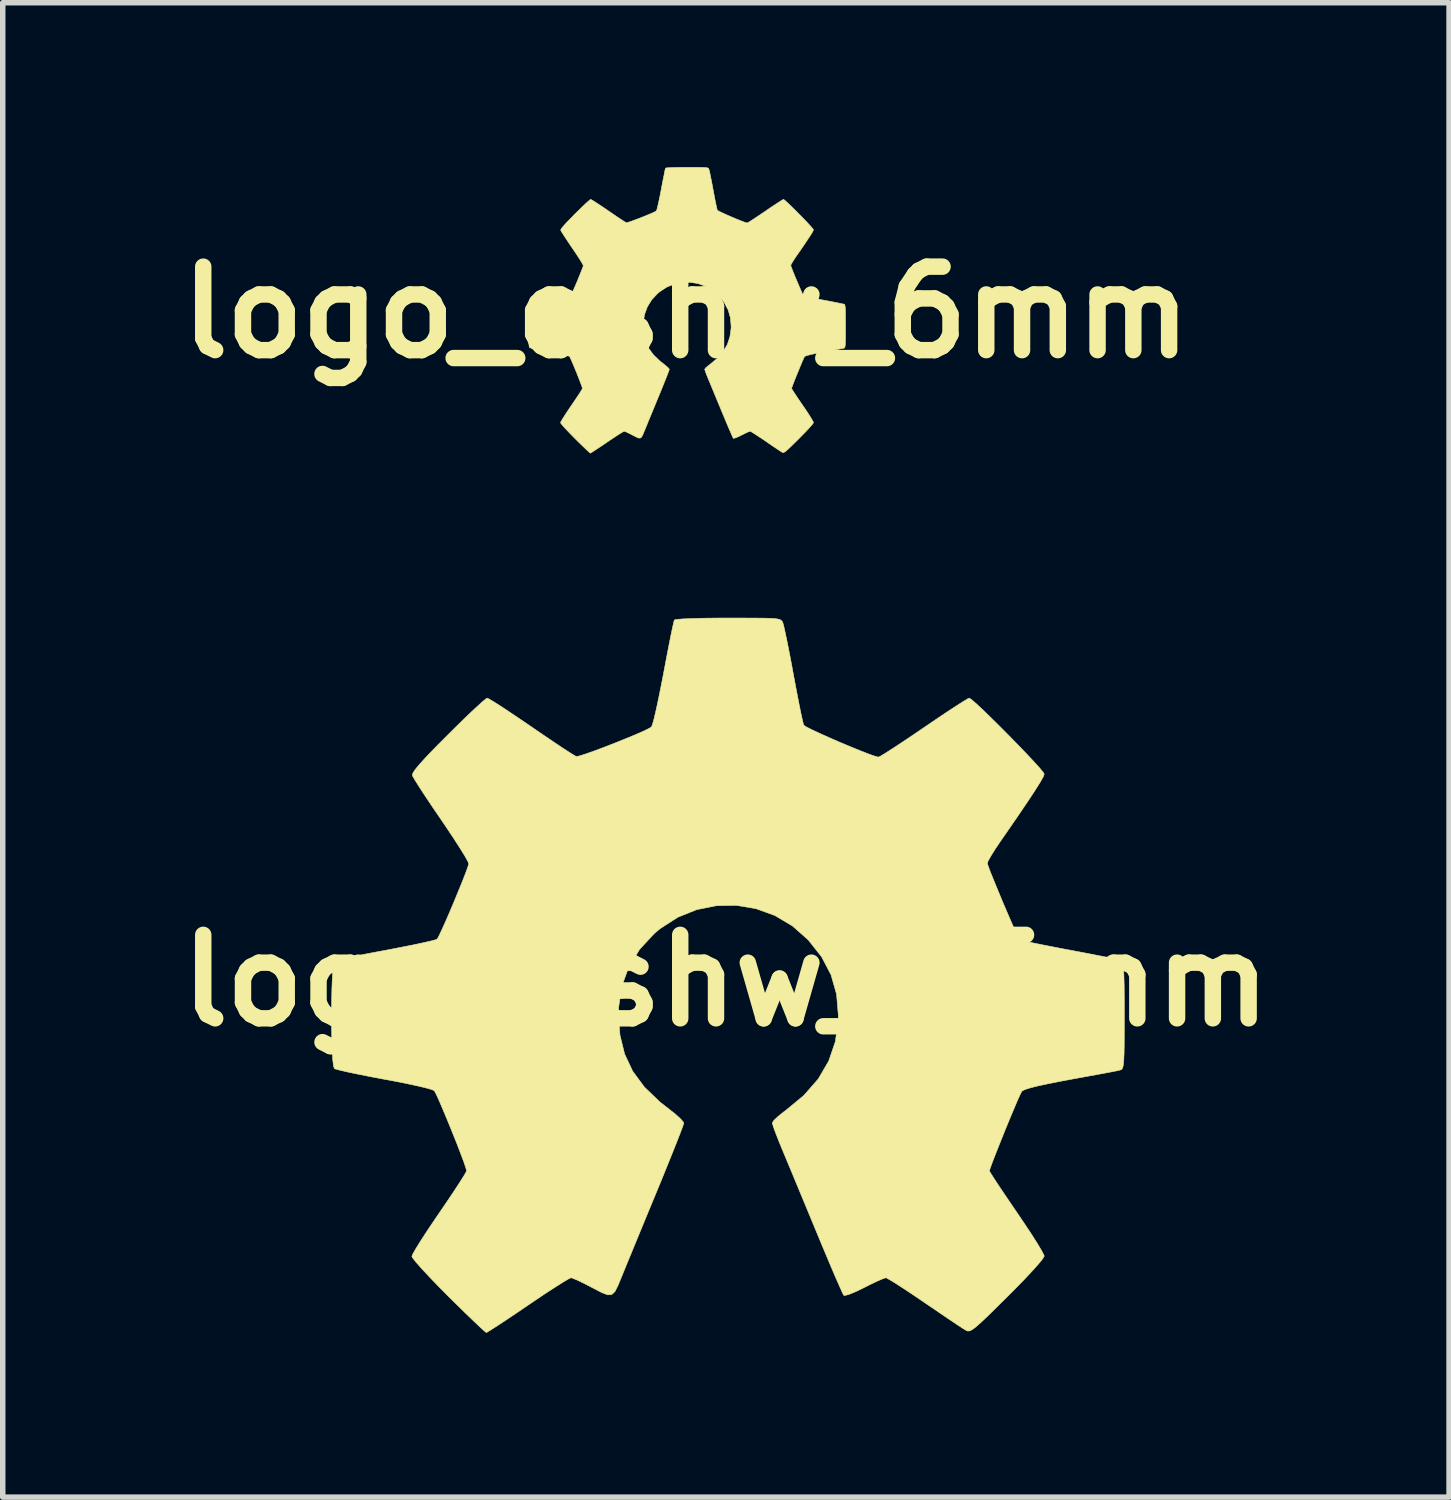
<source format=kicad_pcb>
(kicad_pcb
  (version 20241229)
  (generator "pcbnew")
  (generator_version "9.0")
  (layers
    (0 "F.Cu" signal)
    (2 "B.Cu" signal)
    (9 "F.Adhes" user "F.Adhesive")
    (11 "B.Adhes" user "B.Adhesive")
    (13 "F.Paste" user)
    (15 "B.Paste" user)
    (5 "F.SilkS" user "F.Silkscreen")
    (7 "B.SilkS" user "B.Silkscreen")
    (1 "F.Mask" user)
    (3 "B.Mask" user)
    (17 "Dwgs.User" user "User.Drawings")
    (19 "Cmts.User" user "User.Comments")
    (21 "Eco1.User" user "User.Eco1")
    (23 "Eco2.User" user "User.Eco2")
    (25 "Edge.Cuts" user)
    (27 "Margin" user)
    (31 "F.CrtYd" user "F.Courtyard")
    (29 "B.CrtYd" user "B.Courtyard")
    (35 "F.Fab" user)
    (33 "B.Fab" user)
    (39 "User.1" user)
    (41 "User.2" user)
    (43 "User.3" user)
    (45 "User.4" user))
  (footprint "logo_oshw_15mm"
    (layer "F.Cu")
    (at 10.204 14.853)
    (property "Reference" "logo_oshw_15mm" (at 0 0 0) (layer "F.SilkS") (effects (font (size 1.524 1.524) (thickness 0.3))))
    (attr through_hole)
    (fp_poly (pts (xy 0.338 -6.619) (xy 0.566 -6.618) (xy 0.736 -6.616) (xy 0.856 -6.611) (xy 0.937 -6.603) (xy 0.987 -6.59) (xy 1.015 -6.573) (xy 1.031 -6.551) (xy 1.039 -6.533) (xy 1.056 -6.471) (xy 1.084 -6.345) (xy 1.121 -6.168) (xy 1.164 -5.951) (xy 1.21 -5.707) (xy 1.233 -5.582) (xy 1.28 -5.331) (xy 1.324 -5.104) (xy 1.362 -4.912) (xy 1.394 -4.767) (xy 1.415 -4.68) (xy 1.422 -4.662) (xy 1.464 -4.633) (xy 1.564 -4.582) (xy 1.708 -4.515) (xy 1.882 -4.437) (xy 2.072 -4.354) (xy 2.265 -4.273) (xy 2.446 -4.199) (xy 2.602 -4.138) (xy 2.719 -4.097) (xy 2.783 -4.08) (xy 2.786 -4.08) (xy 2.828 -4.101) (xy 2.925 -4.16) (xy 3.066 -4.251) (xy 3.244 -4.368) (xy 3.448 -4.505) (xy 3.615 -4.619) (xy 3.833 -4.767) (xy 4.031 -4.9) (xy 4.201 -5.011) (xy 4.332 -5.095) (xy 4.416 -5.145) (xy 4.442 -5.157) (xy 4.484 -5.13) (xy 4.568 -5.057) (xy 4.688 -4.946) (xy 4.832 -4.806) (xy 4.993 -4.647) (xy 5.161 -4.478) (xy 5.327 -4.308) (xy 5.482 -4.147) (xy 5.617 -4.003) (xy 5.723 -3.886) (xy 5.791 -3.804) (xy 5.811 -3.77) (xy 5.794 -3.721) (xy 5.739 -3.624) (xy 5.647 -3.477) (xy 5.515 -3.277) (xy 5.342 -3.021) (xy 5.125 -2.706) (xy 5.018 -2.552) (xy 4.919 -2.405) (xy 4.839 -2.277) (xy 4.787 -2.183) (xy 4.772 -2.142) (xy 4.787 -2.093) (xy 4.826 -1.987) (xy 4.886 -1.839) (xy 4.959 -1.661) (xy 5.039 -1.468) (xy 5.122 -1.273) (xy 5.201 -1.09) (xy 5.27 -0.933) (xy 5.324 -0.815) (xy 5.357 -0.751) (xy 5.362 -0.744) (xy 5.404 -0.732) (xy 5.511 -0.707) (xy 5.672 -0.674) (xy 5.877 -0.633) (xy 6.114 -0.587) (xy 6.274 -0.557) (xy 6.529 -0.509) (xy 6.76 -0.464) (xy 6.956 -0.426) (xy 7.105 -0.396) (xy 7.197 -0.376) (xy 7.22 -0.369) (xy 7.237 -0.351) (xy 7.25 -0.303) (xy 7.26 -0.22) (xy 7.266 -0.091) (xy 7.271 0.09) (xy 7.273 0.332) (xy 7.274 0.631) (xy 7.273 0.932) (xy 7.272 1.165) (xy 7.269 1.339) (xy 7.263 1.462) (xy 7.255 1.545) (xy 7.243 1.594) (xy 7.227 1.62) (xy 7.206 1.631) (xy 7.14 1.647) (xy 7.018 1.671) (xy 6.864 1.7) (xy 6.793 1.713) (xy 6.418 1.781) (xy 6.112 1.838) (xy 5.871 1.886) (xy 5.686 1.926) (xy 5.553 1.96) (xy 5.464 1.988) (xy 5.413 2.013) (xy 5.4 2.026) (xy 5.374 2.076) (xy 5.325 2.184) (xy 5.261 2.335) (xy 5.185 2.516) (xy 5.104 2.712) (xy 5.024 2.912) (xy 4.949 3.1) (xy 4.885 3.263) (xy 4.838 3.389) (xy 4.813 3.462) (xy 4.81 3.474) (xy 4.831 3.513) (xy 4.89 3.606) (xy 4.98 3.744) (xy 5.096 3.916) (xy 5.231 4.115) (xy 5.311 4.232) (xy 5.454 4.444) (xy 5.582 4.637) (xy 5.687 4.803) (xy 5.763 4.931) (xy 5.805 5.011) (xy 5.811 5.031) (xy 5.784 5.079) (xy 5.708 5.173) (xy 5.589 5.306) (xy 5.434 5.471) (xy 5.248 5.661) (xy 5.141 5.768) (xy 4.932 5.975) (xy 4.77 6.134) (xy 4.648 6.249) (xy 4.559 6.327) (xy 4.495 6.375) (xy 4.449 6.396) (xy 4.415 6.399) (xy 4.385 6.387) (xy 4.385 6.387) (xy 4.328 6.352) (xy 4.218 6.28) (xy 4.067 6.179) (xy 3.886 6.056) (xy 3.685 5.919) (xy 3.633 5.884) (xy 3.432 5.747) (xy 3.251 5.627) (xy 3.1 5.529) (xy 2.988 5.461) (xy 2.927 5.428) (xy 2.92 5.426) (xy 2.867 5.443) (xy 2.763 5.488) (xy 2.625 5.554) (xy 2.529 5.603) (xy 2.374 5.678) (xy 2.25 5.729) (xy 2.172 5.75) (xy 2.152 5.747) (xy 2.129 5.704) (xy 2.082 5.599) (xy 2.012 5.441) (xy 1.925 5.238) (xy 1.825 5.001) (xy 1.715 4.738) (xy 1.673 4.636) (xy 1.55 4.339) (xy 1.426 4.04) (xy 1.307 3.754) (xy 1.2 3.495) (xy 1.109 3.278) (xy 1.042 3.116) (xy 1.037 3.105) (xy 0.965 2.929) (xy 0.905 2.776) (xy 0.864 2.662) (xy 0.847 2.601) (xy 0.847 2.599) (xy 0.876 2.553) (xy 0.954 2.479) (xy 1.064 2.391) (xy 1.087 2.375) (xy 1.423 2.097) (xy 1.686 1.796) (xy 1.877 1.469) (xy 1.998 1.114) (xy 2.05 0.729) (xy 2.052 0.635) (xy 2.02 0.25) (xy 1.919 -0.104) (xy 1.748 -0.432) (xy 1.503 -0.742) (xy 1.501 -0.744) (xy 1.213 -0.998) (xy 0.893 -1.188) (xy 0.548 -1.313) (xy 0.189 -1.373) (xy -0.174 -1.367) (xy -0.533 -1.295) (xy -0.877 -1.157) (xy -1.198 -0.951) (xy -1.307 -0.86) (xy -1.575 -0.571) (xy -1.773 -0.25) (xy -1.902 0.103) (xy -1.959 0.487) (xy -1.963 0.612) (xy -1.935 0.996) (xy -1.85 1.341) (xy -1.703 1.654) (xy -1.49 1.943) (xy -1.206 2.217) (xy -1.038 2.348) (xy -0.917 2.444) (xy -0.824 2.529) (xy -0.774 2.588) (xy -0.77 2.601) (xy -0.784 2.649) (xy -0.824 2.758) (xy -0.888 2.922) (xy -0.971 3.131) (xy -1.07 3.376) (xy -1.181 3.65) (xy -1.275 3.877) (xy -1.4 4.18) (xy -1.521 4.473) (xy -1.633 4.745) (xy -1.732 4.986) (xy -1.814 5.184) (xy -1.873 5.329) (xy -1.897 5.388) (xy -1.97 5.566) (xy -2.027 5.679) (xy -2.086 5.734) (xy -2.161 5.738) (xy -2.269 5.696) (xy -2.425 5.615) (xy -2.445 5.604) (xy -2.593 5.528) (xy -2.718 5.468) (xy -2.804 5.433) (xy -2.829 5.426) (xy -2.874 5.447) (xy -2.973 5.506) (xy -3.115 5.596) (xy -3.293 5.711) (xy -3.494 5.846) (xy -3.613 5.927) (xy -3.823 6.069) (xy -4.012 6.196) (xy -4.171 6.301) (xy -4.29 6.377) (xy -4.36 6.42) (xy -4.374 6.427) (xy -4.408 6.401) (xy -4.488 6.328) (xy -4.607 6.215) (xy -4.758 6.07) (xy -4.931 5.9) (xy -5.068 5.765) (xy -5.253 5.578) (xy -5.418 5.406) (xy -5.557 5.257) (xy -5.66 5.14) (xy -5.721 5.062) (xy -5.734 5.035) (xy -5.713 4.985) (xy -5.654 4.883) (xy -5.563 4.737) (xy -5.446 4.557) (xy -5.31 4.355) (xy -5.235 4.245) (xy -5.092 4.035) (xy -4.965 3.846) (xy -4.86 3.685) (xy -4.783 3.563) (xy -4.741 3.49) (xy -4.735 3.474) (xy -4.749 3.419) (xy -4.787 3.307) (xy -4.845 3.153) (xy -4.916 2.968) (xy -4.996 2.769) (xy -5.078 2.567) (xy -5.157 2.378) (xy -5.227 2.214) (xy -5.283 2.089) (xy -5.32 2.018) (xy -5.327 2.009) (xy -5.377 1.988) (xy -5.492 1.956) (xy -5.66 1.917) (xy -5.87 1.872) (xy -6.109 1.825) (xy -6.238 1.802) (xy -6.488 1.755) (xy -6.714 1.71) (xy -6.904 1.67) (xy -7.047 1.637) (xy -7.132 1.614) (xy -7.149 1.607) (xy -7.165 1.556) (xy -7.179 1.443) (xy -7.189 1.279) (xy -7.196 1.078) (xy -7.2 0.852) (xy -7.201 0.613) (xy -7.199 0.375) (xy -7.194 0.149) (xy -7.186 -0.05) (xy -7.175 -0.212) (xy -7.161 -0.322) (xy -7.144 -0.369) (xy -7.144 -0.369) (xy -7.092 -0.382) (xy -6.976 -0.406) (xy -6.807 -0.44) (xy -6.596 -0.481) (xy -6.354 -0.527) (xy -6.197 -0.556) (xy -5.944 -0.605) (xy -5.716 -0.65) (xy -5.524 -0.691) (xy -5.379 -0.724) (xy -5.293 -0.747) (xy -5.273 -0.756) (xy -5.244 -0.806) (xy -5.193 -0.914) (xy -5.125 -1.064) (xy -5.047 -1.243) (xy -4.965 -1.437) (xy -4.885 -1.632) (xy -4.811 -1.813) (xy -4.751 -1.966) (xy -4.711 -2.078) (xy -4.695 -2.134) (xy -4.695 -2.134) (xy -4.716 -2.184) (xy -4.775 -2.288) (xy -4.866 -2.434) (xy -4.982 -2.614) (xy -5.118 -2.818) (xy -5.2 -2.939) (xy -5.346 -3.152) (xy -5.476 -3.347) (xy -5.586 -3.515) (xy -5.668 -3.644) (xy -5.716 -3.726) (xy -5.725 -3.746) (xy -5.717 -3.785) (xy -5.674 -3.852) (xy -5.592 -3.951) (xy -5.467 -4.088) (xy -5.294 -4.268) (xy -5.076 -4.487) (xy -4.889 -4.672) (xy -4.719 -4.838) (xy -4.572 -4.976) (xy -4.458 -5.08) (xy -4.384 -5.142) (xy -4.359 -5.157) (xy -4.316 -5.136) (xy -4.218 -5.077) (xy -4.076 -4.986) (xy -3.899 -4.868) (xy -3.696 -4.731) (xy -3.551 -4.632) (xy -3.335 -4.484) (xy -3.138 -4.351) (xy -2.97 -4.239) (xy -2.839 -4.154) (xy -2.756 -4.103) (xy -2.732 -4.091) (xy -2.679 -4.1) (xy -2.571 -4.134) (xy -2.419 -4.187) (xy -2.24 -4.254) (xy -2.046 -4.329) (xy -1.852 -4.407) (xy -1.672 -4.481) (xy -1.52 -4.547) (xy -1.411 -4.6) (xy -1.359 -4.631) (xy -1.34 -4.68) (xy -1.309 -4.794) (xy -1.27 -4.962) (xy -1.225 -5.173) (xy -1.176 -5.416) (xy -1.138 -5.612) (xy -1.089 -5.872) (xy -1.044 -6.106) (xy -1.004 -6.306) (xy -0.972 -6.459) (xy -0.95 -6.555) (xy -0.941 -6.584) (xy -0.898 -6.594) (xy -0.786 -6.603) (xy -0.617 -6.61) (xy -0.399 -6.616) (xy -0.142 -6.619) (xy 0.042 -6.619) (xy 0.338 -6.619)) (stroke (width 0.01) (type solid)) (fill yes) (layer "F.SilkS")))
  (footprint "logo_oshw_6mm"
    (layer "F.Cu")
    (at 9.478 2.653)
    (property "Reference" "logo_oshw_6mm" (at 0 0 0) (layer "F.SilkS") (effects (font (size 1.524 1.524) (thickness 0.3))))
    (attr through_hole)
    (fp_poly (pts (xy 0.135 -2.648) (xy 0.226 -2.647) (xy 0.294 -2.646) (xy 0.343 -2.644) (xy 0.375 -2.641) (xy 0.395 -2.636) (xy 0.406 -2.629) (xy 0.412 -2.62) (xy 0.415 -2.613) (xy 0.422 -2.588) (xy 0.434 -2.538) (xy 0.448 -2.467) (xy 0.465 -2.381) (xy 0.484 -2.283) (xy 0.493 -2.233) (xy 0.512 -2.132) (xy 0.529 -2.042) (xy 0.545 -1.965) (xy 0.558 -1.907) (xy 0.566 -1.872) (xy 0.569 -1.865) (xy 0.586 -1.853) (xy 0.626 -1.833) (xy 0.683 -1.806) (xy 0.753 -1.775) (xy 0.829 -1.742) (xy 0.906 -1.709) (xy 0.978 -1.68) (xy 1.041 -1.655) (xy 1.088 -1.639) (xy 1.113 -1.632) (xy 1.114 -1.632) (xy 1.131 -1.64) (xy 1.17 -1.664) (xy 1.226 -1.7) (xy 1.297 -1.747) (xy 1.379 -1.802) (xy 1.446 -1.847) (xy 1.533 -1.907) (xy 1.613 -1.96) (xy 1.68 -2.004) (xy 1.733 -2.038) (xy 1.766 -2.058) (xy 1.777 -2.063) (xy 1.793 -2.052) (xy 1.827 -2.023) (xy 1.875 -1.978) (xy 1.933 -1.922) (xy 1.997 -1.859) (xy 2.064 -1.791) (xy 2.131 -1.723) (xy 2.193 -1.659) (xy 2.247 -1.601) (xy 2.289 -1.554) (xy 2.316 -1.522) (xy 2.324 -1.508) (xy 2.317 -1.489) (xy 2.296 -1.45) (xy 2.259 -1.391) (xy 2.206 -1.311) (xy 2.137 -1.208) (xy 2.05 -1.082) (xy 2.007 -1.021) (xy 1.968 -0.962) (xy 1.936 -0.911) (xy 1.915 -0.873) (xy 1.909 -0.857) (xy 1.915 -0.837) (xy 1.931 -0.795) (xy 1.954 -0.736) (xy 1.983 -0.664) (xy 2.016 -0.587) (xy 2.049 -0.509) (xy 2.08 -0.436) (xy 2.108 -0.373) (xy 2.13 -0.326) (xy 2.143 -0.3) (xy 2.145 -0.298) (xy 2.162 -0.293) (xy 2.204 -0.283) (xy 2.269 -0.27) (xy 2.351 -0.253) (xy 2.446 -0.235) (xy 2.51 -0.223) (xy 2.612 -0.204) (xy 2.704 -0.186) (xy 2.782 -0.17) (xy 2.842 -0.158) (xy 2.879 -0.15) (xy 2.888 -0.148) (xy 2.895 -0.14) (xy 2.9 -0.121) (xy 2.904 -0.088) (xy 2.907 -0.037) (xy 2.908 0.036) (xy 2.909 0.133) (xy 2.909 0.252) (xy 2.909 0.373) (xy 2.909 0.466) (xy 2.907 0.536) (xy 2.905 0.585) (xy 2.902 0.618) (xy 2.897 0.638) (xy 2.891 0.648) (xy 2.883 0.652) (xy 2.856 0.659) (xy 2.807 0.668) (xy 2.746 0.68) (xy 2.717 0.685) (xy 2.567 0.712) (xy 2.445 0.735) (xy 2.348 0.754) (xy 2.274 0.77) (xy 2.221 0.784) (xy 2.185 0.795) (xy 2.165 0.805) (xy 2.16 0.81) (xy 2.149 0.831) (xy 2.13 0.874) (xy 2.104 0.934) (xy 2.074 1.006) (xy 2.042 1.085) (xy 2.009 1.165) (xy 1.979 1.24) (xy 1.954 1.305) (xy 1.935 1.355) (xy 1.925 1.385) (xy 1.924 1.39) (xy 1.933 1.405) (xy 1.956 1.442) (xy 1.992 1.497) (xy 2.038 1.567) (xy 2.092 1.646) (xy 2.124 1.693) (xy 2.182 1.777) (xy 2.233 1.855) (xy 2.275 1.921) (xy 2.305 1.972) (xy 2.322 2.004) (xy 2.324 2.012) (xy 2.314 2.031) (xy 2.283 2.069) (xy 2.236 2.122) (xy 2.174 2.188) (xy 2.099 2.264) (xy 2.057 2.307) (xy 1.973 2.39) (xy 1.908 2.453) (xy 1.859 2.5) (xy 1.823 2.531) (xy 1.798 2.55) (xy 1.78 2.559) (xy 1.766 2.559) (xy 1.754 2.555) (xy 1.754 2.555) (xy 1.731 2.541) (xy 1.687 2.512) (xy 1.627 2.472) (xy 1.554 2.423) (xy 1.474 2.368) (xy 1.453 2.353) (xy 1.373 2.299) (xy 1.3 2.251) (xy 1.24 2.212) (xy 1.195 2.184) (xy 1.171 2.171) (xy 1.168 2.171) (xy 1.147 2.177) (xy 1.105 2.195) (xy 1.05 2.222) (xy 1.011 2.241) (xy 0.95 2.271) (xy 0.9 2.292) (xy 0.869 2.3) (xy 0.861 2.299) (xy 0.852 2.282) (xy 0.833 2.24) (xy 0.805 2.176) (xy 0.77 2.095) (xy 0.73 2) (xy 0.686 1.895) (xy 0.669 1.855) (xy 0.62 1.736) (xy 0.57 1.616) (xy 0.523 1.502) (xy 0.48 1.398) (xy 0.444 1.311) (xy 0.417 1.246) (xy 0.415 1.242) (xy 0.386 1.172) (xy 0.362 1.111) (xy 0.346 1.065) (xy 0.339 1.041) (xy 0.339 1.039) (xy 0.35 1.021) (xy 0.382 0.992) (xy 0.426 0.957) (xy 0.435 0.95) (xy 0.569 0.839) (xy 0.674 0.718) (xy 0.751 0.588) (xy 0.799 0.446) (xy 0.82 0.292) (xy 0.821 0.254) (xy 0.808 0.1) (xy 0.768 -0.041) (xy 0.699 -0.173) (xy 0.601 -0.297) (xy 0.6 -0.298) (xy 0.485 -0.399) (xy 0.357 -0.475) (xy 0.219 -0.525) (xy 0.076 -0.549) (xy -0.07 -0.547) (xy -0.213 -0.518) (xy -0.351 -0.463) (xy -0.479 -0.38) (xy -0.523 -0.344) (xy -0.63 -0.229) (xy -0.709 -0.1) (xy -0.761 0.041) (xy -0.784 0.195) (xy -0.785 0.245) (xy -0.774 0.398) (xy -0.74 0.536) (xy -0.681 0.662) (xy -0.596 0.777) (xy -0.482 0.887) (xy -0.415 0.939) (xy -0.367 0.978) (xy -0.33 1.011) (xy -0.31 1.035) (xy -0.308 1.041) (xy -0.314 1.06) (xy -0.33 1.103) (xy -0.355 1.169) (xy -0.388 1.252) (xy -0.428 1.35) (xy -0.472 1.46) (xy -0.51 1.551) (xy -0.56 1.672) (xy -0.608 1.789) (xy -0.653 1.898) (xy -0.693 1.994) (xy -0.725 2.074) (xy -0.749 2.132) (xy -0.759 2.155) (xy -0.788 2.226) (xy -0.811 2.272) (xy -0.834 2.294) (xy -0.865 2.295) (xy -0.908 2.278) (xy -0.97 2.246) (xy -0.978 2.242) (xy -1.037 2.211) (xy -1.087 2.187) (xy -1.122 2.173) (xy -1.132 2.171) (xy -1.15 2.179) (xy -1.189 2.202) (xy -1.246 2.238) (xy -1.317 2.285) (xy -1.398 2.338) (xy -1.445 2.371) (xy -1.529 2.428) (xy -1.605 2.478) (xy -1.668 2.52) (xy -1.716 2.551) (xy -1.744 2.568) (xy -1.75 2.571) (xy -1.763 2.56) (xy -1.795 2.531) (xy -1.843 2.486) (xy -1.903 2.428) (xy -1.973 2.36) (xy -2.027 2.306) (xy -2.101 2.231) (xy -2.167 2.162) (xy -2.223 2.103) (xy -2.264 2.056) (xy -2.288 2.025) (xy -2.294 2.014) (xy -2.285 1.994) (xy -2.262 1.953) (xy -2.225 1.895) (xy -2.179 1.823) (xy -2.124 1.742) (xy -2.094 1.698) (xy -2.037 1.614) (xy -1.986 1.538) (xy -1.944 1.474) (xy -1.913 1.425) (xy -1.896 1.396) (xy -1.894 1.389) (xy -1.899 1.368) (xy -1.915 1.323) (xy -1.938 1.261) (xy -1.967 1.187) (xy -1.998 1.107) (xy -2.031 1.027) (xy -2.063 0.951) (xy -2.091 0.885) (xy -2.113 0.836) (xy -2.128 0.807) (xy -2.131 0.804) (xy -2.151 0.795) (xy -2.197 0.782) (xy -2.264 0.767) (xy -2.348 0.749) (xy -2.444 0.73) (xy -2.495 0.721) (xy -2.595 0.702) (xy -2.686 0.684) (xy -2.762 0.668) (xy -2.819 0.655) (xy -2.853 0.646) (xy -2.859 0.643) (xy -2.866 0.622) (xy -2.872 0.577) (xy -2.876 0.512) (xy -2.879 0.431) (xy -2.88 0.341) (xy -2.881 0.245) (xy -2.88 0.15) (xy -2.878 0.06) (xy -2.875 -0.02) (xy -2.87 -0.085) (xy -2.865 -0.129) (xy -2.858 -0.147) (xy -2.857 -0.148) (xy -2.837 -0.153) (xy -2.79 -0.162) (xy -2.723 -0.176) (xy -2.638 -0.192) (xy -2.542 -0.211) (xy -2.479 -0.222) (xy -2.378 -0.242) (xy -2.286 -0.26) (xy -2.21 -0.276) (xy -2.152 -0.29) (xy -2.117 -0.299) (xy -2.109 -0.302) (xy -2.098 -0.323) (xy -2.077 -0.366) (xy -2.05 -0.426) (xy -2.019 -0.497) (xy -1.986 -0.575) (xy -1.954 -0.653) (xy -1.925 -0.725) (xy -1.901 -0.786) (xy -1.884 -0.831) (xy -1.878 -0.854) (xy -1.878 -0.854) (xy -1.886 -0.874) (xy -1.91 -0.915) (xy -1.946 -0.974) (xy -1.993 -1.046) (xy -2.047 -1.127) (xy -2.08 -1.175) (xy -2.138 -1.261) (xy -2.19 -1.339) (xy -2.234 -1.406) (xy -2.267 -1.458) (xy -2.286 -1.49) (xy -2.29 -1.499) (xy -2.287 -1.514) (xy -2.27 -1.541) (xy -2.237 -1.58) (xy -2.187 -1.635) (xy -2.117 -1.707) (xy -2.031 -1.795) (xy -1.956 -1.869) (xy -1.888 -1.935) (xy -1.829 -1.991) (xy -1.783 -2.032) (xy -1.754 -2.057) (xy -1.744 -2.063) (xy -1.726 -2.054) (xy -1.687 -2.031) (xy -1.63 -1.994) (xy -1.559 -1.947) (xy -1.478 -1.893) (xy -1.42 -1.853) (xy -1.334 -1.794) (xy -1.255 -1.74) (xy -1.188 -1.696) (xy -1.136 -1.662) (xy -1.102 -1.641) (xy -1.093 -1.636) (xy -1.072 -1.64) (xy -1.028 -1.654) (xy -0.968 -1.675) (xy -0.896 -1.702) (xy -0.818 -1.732) (xy -0.741 -1.763) (xy -0.669 -1.793) (xy -0.608 -1.819) (xy -0.564 -1.84) (xy -0.544 -1.853) (xy -0.536 -1.872) (xy -0.524 -1.918) (xy -0.508 -1.985) (xy -0.49 -2.069) (xy -0.47 -2.166) (xy -0.455 -2.245) (xy -0.436 -2.349) (xy -0.417 -2.443) (xy -0.401 -2.522) (xy -0.389 -2.584) (xy -0.38 -2.622) (xy -0.376 -2.633) (xy -0.359 -2.638) (xy -0.315 -2.641) (xy -0.247 -2.644) (xy -0.16 -2.646) (xy -0.057 -2.648) (xy 0.017 -2.648) (xy 0.135 -2.648)) (stroke (width 0.01) (type solid)) (fill yes) (layer "F.SilkS")))
  (gr_rect
    (start -3 -3)
    (end 23.407 24.285)
    (stroke (width 0.1) (type default))
    (fill no)
    (layer "Edge.Cuts")))
</source>
